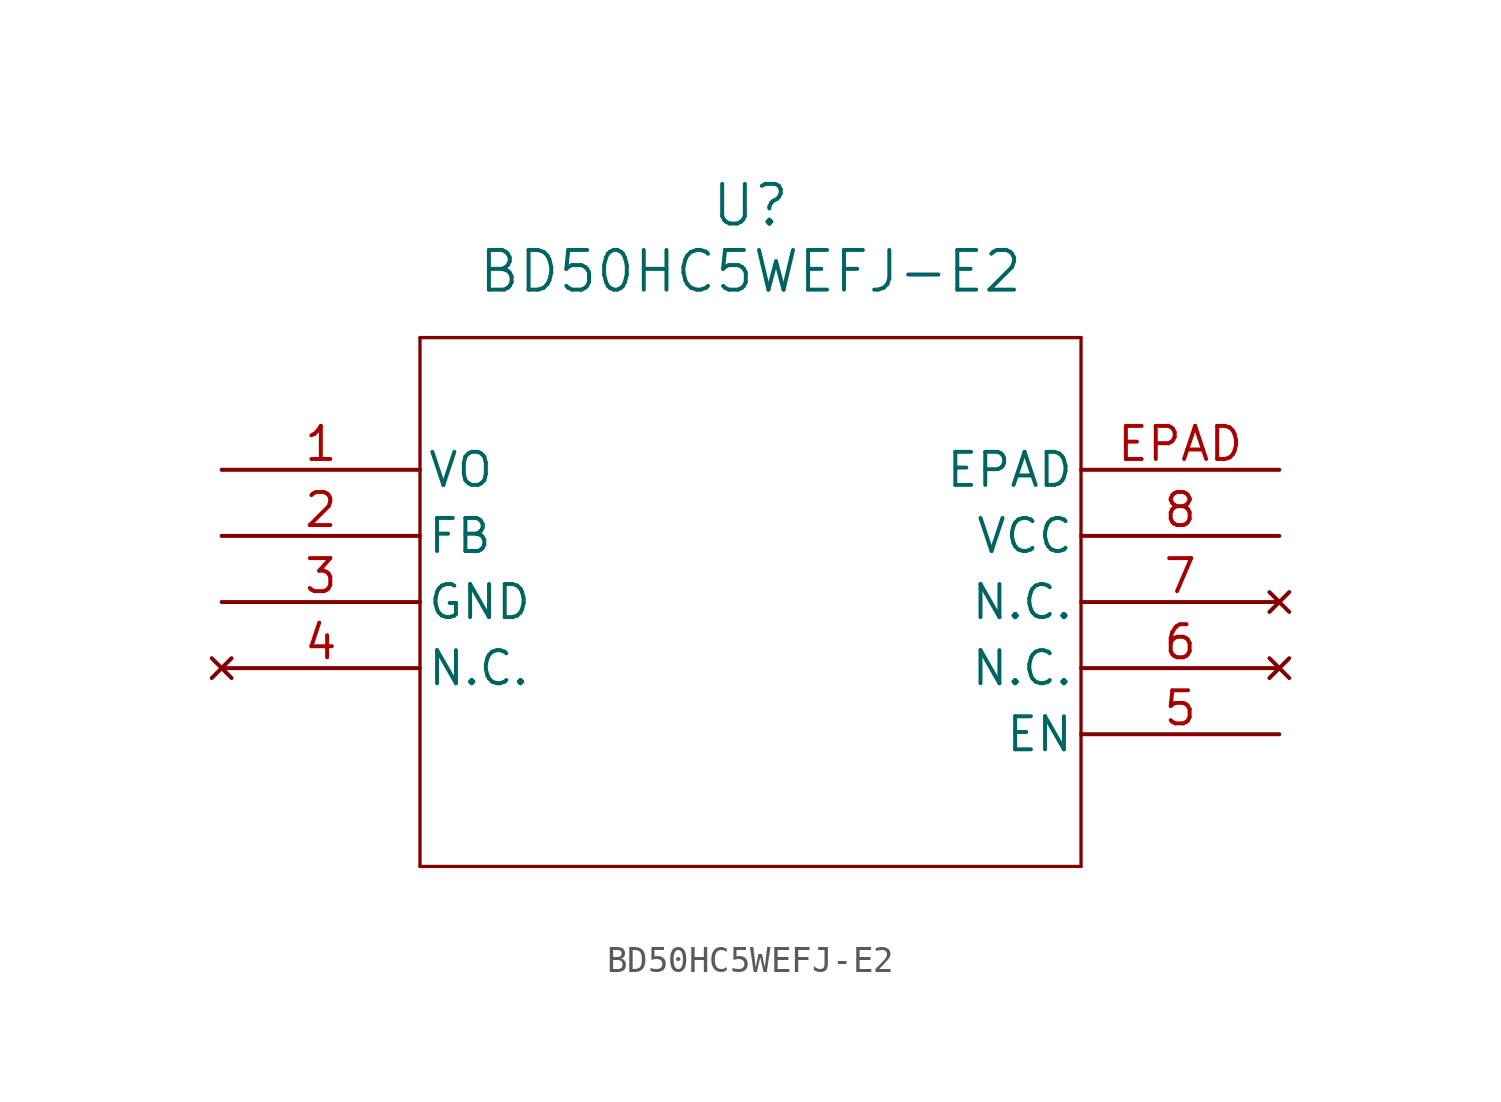
<source format=kicad_sym>
(kicad_symbol_lib
  (version 20211014)
  (generator kicad_symbol_editor)
  (symbol "BD50HC5WEFJ-E2"
    (pin_names
      (offset 0.254))
    (property "Reference" "U"
      (at 20.32 10.16 0)
      (effects (font (size 1.524 1.524))))
    (property "Value" "BD50HC5WEFJ-E2"
      (at 20.32 7.62 0)
      (effects (font (size 1.524 1.524))))
    (symbol "BD50HC5WEFJ-E2_0_1"
      (polyline (pts (xy 7.62 5.08) (xy 7.62 -15.24)) (stroke (width 0.127) (type default) (color 0 0 0 0)) (fill (type none)))
      (polyline (pts (xy 7.62 -15.24) (xy 33.02 -15.24)) (stroke (width 0.127) (type default) (color 0 0 0 0)) (fill (type none)))
      (polyline (pts (xy 33.02 -15.24) (xy 33.02 5.08)) (stroke (width 0.127) (type default) (color 0 0 0 0)) (fill (type none)))
      (polyline (pts (xy 33.02 5.08) (xy 7.62 5.08)) (stroke (width 0.127) (type default) (color 0 0 0 0)) (fill (type none)))
      (pin unspecified line (at 0 0 0) (length 7.62) (name "VO" (effects (font (size 1.27 1.27)))) (number "1" (effects (font (size 1.27 1.27)))))
      (pin unspecified line (at 0 -2.54 0) (length 7.62) (name "FB" (effects (font (size 1.27 1.27)))) (number "2" (effects (font (size 1.27 1.27)))))
      (pin power_out line (at 0 -5.08 0) (length 7.62) (name "GND" (effects (font (size 1.27 1.27)))) (number "3" (effects (font (size 1.27 1.27)))))
      (pin no_connect line (at 0 -7.62 0) (length 7.62) (name "N.C." (effects (font (size 1.27 1.27)))) (number "4" (effects (font (size 1.27 1.27)))))
      (pin unspecified line (at 40.64 -10.16 180) (length 7.62) (name "EN" (effects (font (size 1.27 1.27)))) (number "5" (effects (font (size 1.27 1.27)))))
      (pin no_connect line (at 40.64 -7.62 180) (length 7.62) (name "N.C." (effects (font (size 1.27 1.27)))) (number "6" (effects (font (size 1.27 1.27)))))
      (pin no_connect line (at 40.64 -5.08 180) (length 7.62) (name "N.C." (effects (font (size 1.27 1.27)))) (number "7" (effects (font (size 1.27 1.27)))))
      (pin power_in line (at 40.64 -2.54 180) (length 7.62) (name "VCC" (effects (font (size 1.27 1.27)))) (number "8" (effects (font (size 1.27 1.27)))))
      (pin unspecified line (at 40.64 0 180) (length 7.62) (name "EPAD" (effects (font (size 1.27 1.27)))) (number "EPAD" (effects (font (size 1.27 1.27))))))))
</source>
